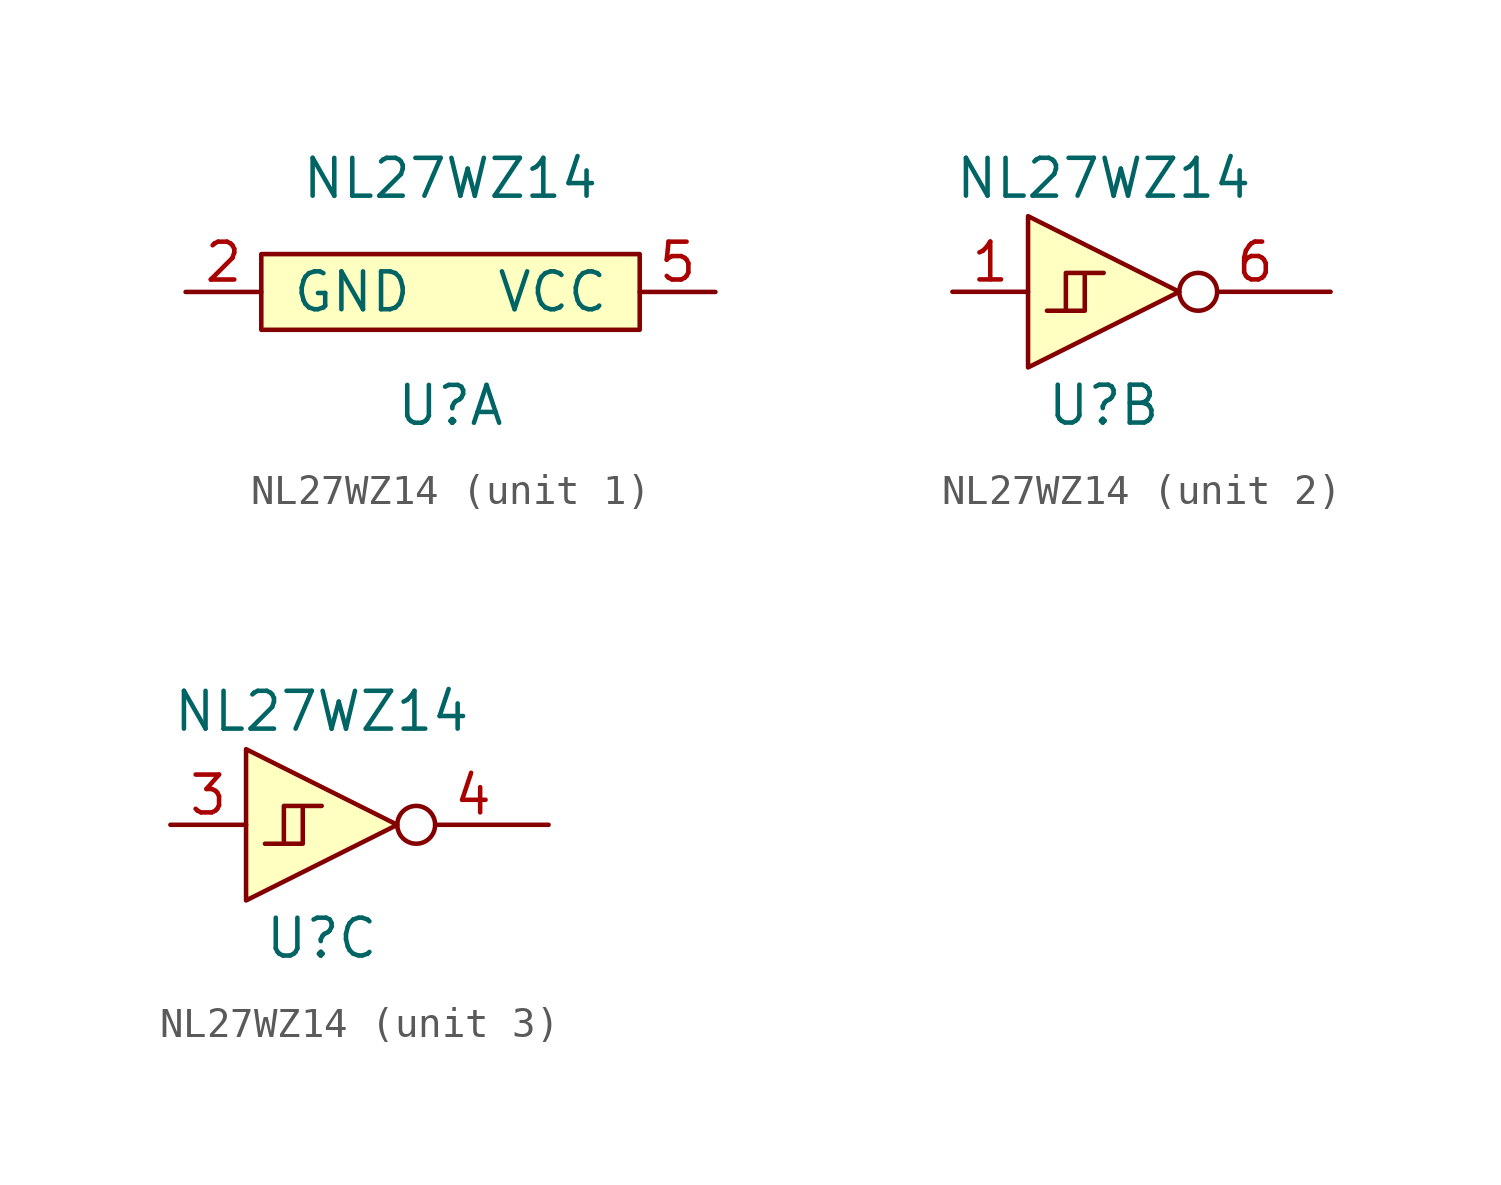
<source format=kicad_sym>
(kicad_symbol_lib
  (version 20220914)
  (generator kicad_symbol_editor)
  (symbol "NL27WZ14"
    (pin_names
      (offset 1.016))
    (property "Reference" "U"
      (at 0 -3.81 0)
      (effects (font (size 1.27 1.27))))
    (property "Value" "NL27WZ14"
      (at 0 3.81 0)
      (effects (font (size 1.27 1.27))))
    (property "ki_locked" ""
      (at 0 0 0)
      (effects (font (size 1.27 1.27))))
    (symbol "NL27WZ14_1_1"
      (rectangle (start -6.35 1.27) (end 6.35 -1.27) (stroke (width 0) (type solid)) (fill (type background)))
      (pin power_out line (at -8.89 0 0) (length 2.54) (name "GND" (effects (font (size 1.27 1.27)))) (number "2" (effects (font (size 1.27 1.27)))))
      (pin power_in line (at 8.89 0 180) (length 2.54) (name "VCC" (effects (font (size 1.27 1.27)))) (number "5" (effects (font (size 1.27 1.27))))))
    (symbol "NL27WZ14_2_1"
      (polyline (pts (xy -2.54 2.54) (xy -2.54 -2.54) (xy 2.54 0) (xy -2.54 2.54)) (stroke (width 0) (type solid)) (fill (type background)))
      (polyline (pts (xy -1.905 -0.635) (xy -0.635 -0.635) (xy -0.635 0.635) (xy 0 0.635) (xy -1.27 0.635) (xy -1.27 -0.635)) (stroke (width 0) (type solid)) (fill (type none)))
      (pin input line (at -5.08 0 0) (length 2.54) (name "~" (effects (font (size 1.27 1.27)))) (number "1" (effects (font (size 1.27 1.27)))))
      (pin output inverted (at 7.62 0 180) (length 5.08) (name "~" (effects (font (size 1.27 1.27)))) (number "6" (effects (font (size 1.27 1.27))))))
    (symbol "NL27WZ14_3_1"
      (polyline (pts (xy -2.54 2.54) (xy -2.54 -2.54) (xy 2.54 0) (xy -2.54 2.54)) (stroke (width 0) (type solid)) (fill (type background)))
      (polyline (pts (xy -1.905 -0.635) (xy -0.635 -0.635) (xy -0.635 0.635) (xy 0 0.635) (xy -1.27 0.635) (xy -1.27 -0.635)) (stroke (width 0) (type solid)) (fill (type none)))
      (pin input line (at -5.08 0 0) (length 2.54) (name "~" (effects (font (size 1.27 1.27)))) (number "3" (effects (font (size 1.27 1.27)))))
      (pin output inverted (at 7.62 0 180) (length 5.08) (name "~" (effects (font (size 1.27 1.27)))) (number "4" (effects (font (size 1.27 1.27))))))))
</source>
